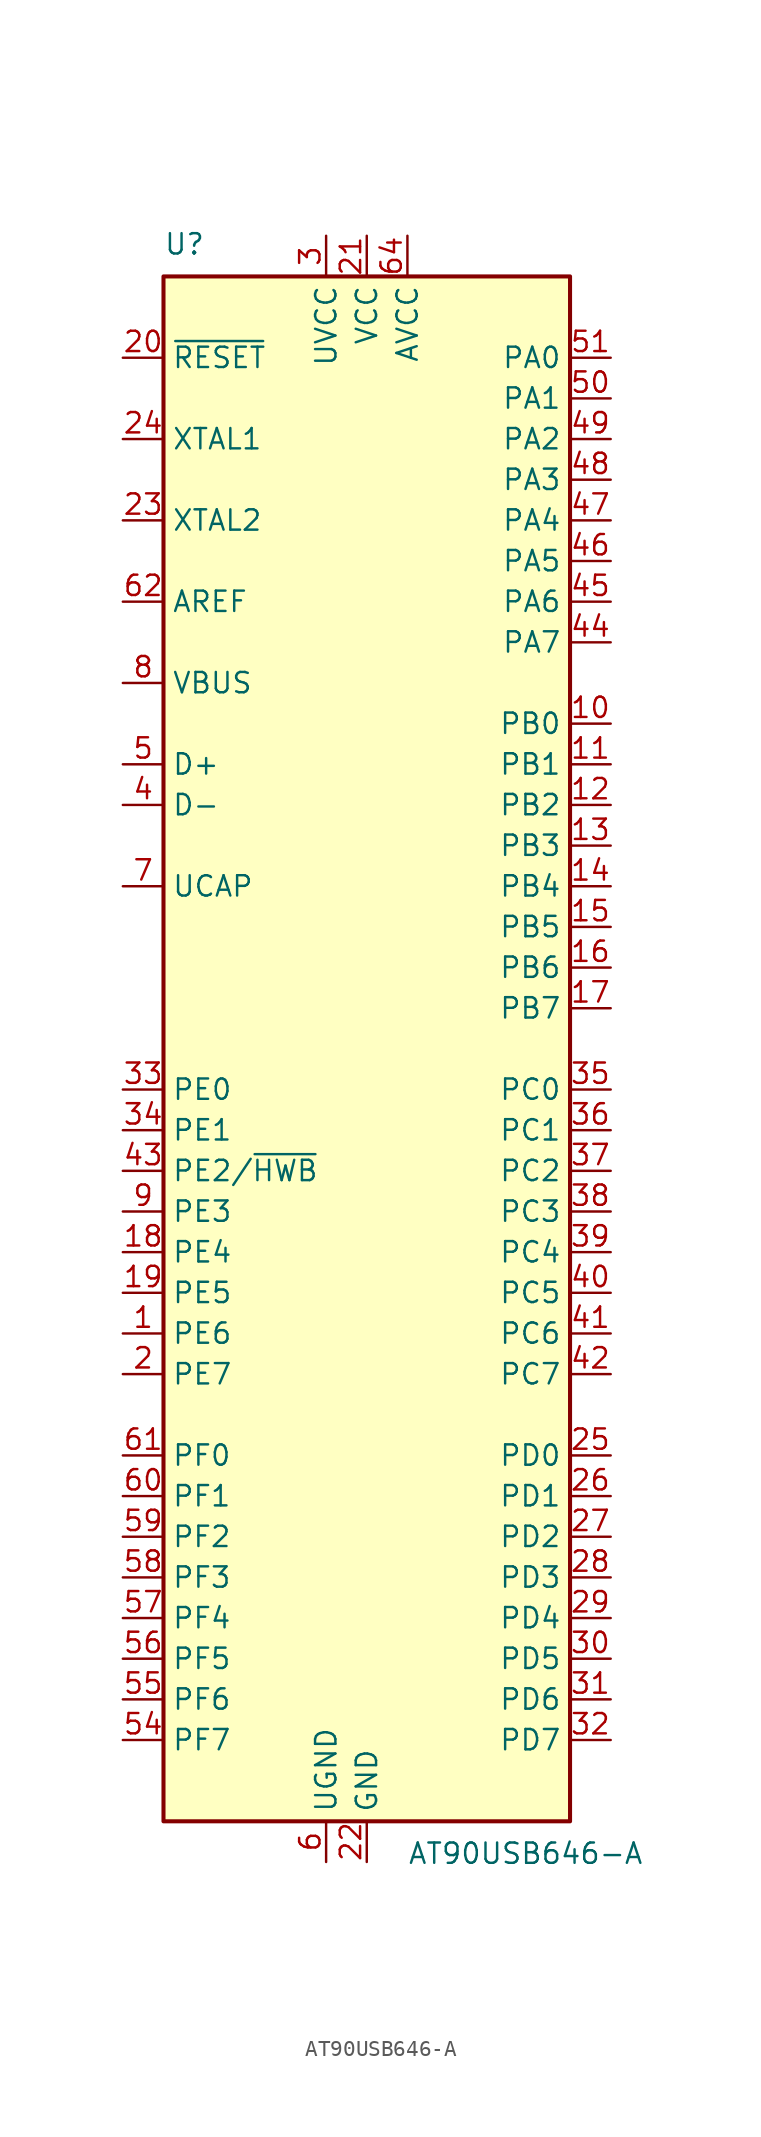
<source format=kicad_sym>
(kicad_symbol_lib
  (version 20201005)
  (generator kicad_symbol_editor)
  (symbol "AT90USB646-A"
    (property "Reference" "U"
      (at -12.7 49.53 0)
      (effects (font (size 1.27 1.27)) (justify left bottom)))
    (property "Value" "AT90USB646-A"
      (at 2.54 -49.53 0)
      (effects (font (size 1.27 1.27)) (justify left top)))
    (symbol "AT90USB646-A_0_1"
      (rectangle (start -12.7 -48.26) (end 12.7 48.26) (stroke (width 0.254)) (fill (type background))))
    (symbol "AT90USB646-A_1_1"
      (pin bidirectional line (at -15.24 -17.78 0) (length 2.54) (name "PE6" (effects (font (size 1.27 1.27)))) (number "1" (effects (font (size 1.27 1.27)))))
      (pin bidirectional line (at 15.24 20.32 180) (length 2.54) (name "PB0" (effects (font (size 1.27 1.27)))) (number "10" (effects (font (size 1.27 1.27)))))
      (pin bidirectional line (at 15.24 17.78 180) (length 2.54) (name "PB1" (effects (font (size 1.27 1.27)))) (number "11" (effects (font (size 1.27 1.27)))))
      (pin bidirectional line (at 15.24 15.24 180) (length 2.54) (name "PB2" (effects (font (size 1.27 1.27)))) (number "12" (effects (font (size 1.27 1.27)))))
      (pin bidirectional line (at 15.24 12.7 180) (length 2.54) (name "PB3" (effects (font (size 1.27 1.27)))) (number "13" (effects (font (size 1.27 1.27)))))
      (pin bidirectional line (at 15.24 10.16 180) (length 2.54) (name "PB4" (effects (font (size 1.27 1.27)))) (number "14" (effects (font (size 1.27 1.27)))))
      (pin bidirectional line (at 15.24 7.62 180) (length 2.54) (name "PB5" (effects (font (size 1.27 1.27)))) (number "15" (effects (font (size 1.27 1.27)))))
      (pin bidirectional line (at 15.24 5.08 180) (length 2.54) (name "PB6" (effects (font (size 1.27 1.27)))) (number "16" (effects (font (size 1.27 1.27)))))
      (pin bidirectional line (at 15.24 2.54 180) (length 2.54) (name "PB7" (effects (font (size 1.27 1.27)))) (number "17" (effects (font (size 1.27 1.27)))))
      (pin bidirectional line (at -15.24 -12.7 0) (length 2.54) (name "PE4" (effects (font (size 1.27 1.27)))) (number "18" (effects (font (size 1.27 1.27)))))
      (pin bidirectional line (at -15.24 -15.24 0) (length 2.54) (name "PE5" (effects (font (size 1.27 1.27)))) (number "19" (effects (font (size 1.27 1.27)))))
      (pin bidirectional line (at -15.24 -20.32 0) (length 2.54) (name "PE7" (effects (font (size 1.27 1.27)))) (number "2" (effects (font (size 1.27 1.27)))))
      (pin input line (at -15.24 43.18 0) (length 2.54) (name "~RESET" (effects (font (size 1.27 1.27)))) (number "20" (effects (font (size 1.27 1.27)))))
      (pin power_in line (at 0 50.8 270) (length 2.54) (name "VCC" (effects (font (size 1.27 1.27)))) (number "21" (effects (font (size 1.27 1.27)))))
      (pin power_in line (at 0 -50.8 90) (length 2.54) (name "GND" (effects (font (size 1.27 1.27)))) (number "22" (effects (font (size 1.27 1.27)))))
      (pin output line (at -15.24 33.02 0) (length 2.54) (name "XTAL2" (effects (font (size 1.27 1.27)))) (number "23" (effects (font (size 1.27 1.27)))))
      (pin input line (at -15.24 38.1 0) (length 2.54) (name "XTAL1" (effects (font (size 1.27 1.27)))) (number "24" (effects (font (size 1.27 1.27)))))
      (pin bidirectional line (at 15.24 -25.4 180) (length 2.54) (name "PD0" (effects (font (size 1.27 1.27)))) (number "25" (effects (font (size 1.27 1.27)))))
      (pin bidirectional line (at 15.24 -27.94 180) (length 2.54) (name "PD1" (effects (font (size 1.27 1.27)))) (number "26" (effects (font (size 1.27 1.27)))))
      (pin bidirectional line (at 15.24 -30.48 180) (length 2.54) (name "PD2" (effects (font (size 1.27 1.27)))) (number "27" (effects (font (size 1.27 1.27)))))
      (pin bidirectional line (at 15.24 -33.02 180) (length 2.54) (name "PD3" (effects (font (size 1.27 1.27)))) (number "28" (effects (font (size 1.27 1.27)))))
      (pin bidirectional line (at 15.24 -35.56 180) (length 2.54) (name "PD4" (effects (font (size 1.27 1.27)))) (number "29" (effects (font (size 1.27 1.27)))))
      (pin power_in line (at -2.54 50.8 270) (length 2.54) (name "UVCC" (effects (font (size 1.27 1.27)))) (number "3" (effects (font (size 1.27 1.27)))))
      (pin bidirectional line (at 15.24 -38.1 180) (length 2.54) (name "PD5" (effects (font (size 1.27 1.27)))) (number "30" (effects (font (size 1.27 1.27)))))
      (pin bidirectional line (at 15.24 -40.64 180) (length 2.54) (name "PD6" (effects (font (size 1.27 1.27)))) (number "31" (effects (font (size 1.27 1.27)))))
      (pin bidirectional line (at 15.24 -43.18 180) (length 2.54) (name "PD7" (effects (font (size 1.27 1.27)))) (number "32" (effects (font (size 1.27 1.27)))))
      (pin bidirectional line (at -15.24 -2.54 0) (length 2.54) (name "PE0" (effects (font (size 1.27 1.27)))) (number "33" (effects (font (size 1.27 1.27)))))
      (pin bidirectional line (at -15.24 -5.08 0) (length 2.54) (name "PE1" (effects (font (size 1.27 1.27)))) (number "34" (effects (font (size 1.27 1.27)))))
      (pin bidirectional line (at 15.24 -2.54 180) (length 2.54) (name "PC0" (effects (font (size 1.27 1.27)))) (number "35" (effects (font (size 1.27 1.27)))))
      (pin bidirectional line (at 15.24 -5.08 180) (length 2.54) (name "PC1" (effects (font (size 1.27 1.27)))) (number "36" (effects (font (size 1.27 1.27)))))
      (pin bidirectional line (at 15.24 -7.62 180) (length 2.54) (name "PC2" (effects (font (size 1.27 1.27)))) (number "37" (effects (font (size 1.27 1.27)))))
      (pin bidirectional line (at 15.24 -10.16 180) (length 2.54) (name "PC3" (effects (font (size 1.27 1.27)))) (number "38" (effects (font (size 1.27 1.27)))))
      (pin bidirectional line (at 15.24 -12.7 180) (length 2.54) (name "PC4" (effects (font (size 1.27 1.27)))) (number "39" (effects (font (size 1.27 1.27)))))
      (pin bidirectional line (at -15.24 15.24 0) (length 2.54) (name "D-" (effects (font (size 1.27 1.27)))) (number "4" (effects (font (size 1.27 1.27)))))
      (pin bidirectional line (at 15.24 -15.24 180) (length 2.54) (name "PC5" (effects (font (size 1.27 1.27)))) (number "40" (effects (font (size 1.27 1.27)))))
      (pin bidirectional line (at 15.24 -17.78 180) (length 2.54) (name "PC6" (effects (font (size 1.27 1.27)))) (number "41" (effects (font (size 1.27 1.27)))))
      (pin bidirectional line (at 15.24 -20.32 180) (length 2.54) (name "PC7" (effects (font (size 1.27 1.27)))) (number "42" (effects (font (size 1.27 1.27)))))
      (pin bidirectional line (at -15.24 -7.62 0) (length 2.54) (name "PE2/~HWB" (effects (font (size 1.27 1.27)))) (number "43" (effects (font (size 1.27 1.27)))))
      (pin bidirectional line (at 15.24 25.4 180) (length 2.54) (name "PA7" (effects (font (size 1.27 1.27)))) (number "44" (effects (font (size 1.27 1.27)))))
      (pin bidirectional line (at 15.24 27.94 180) (length 2.54) (name "PA6" (effects (font (size 1.27 1.27)))) (number "45" (effects (font (size 1.27 1.27)))))
      (pin bidirectional line (at 15.24 30.48 180) (length 2.54) (name "PA5" (effects (font (size 1.27 1.27)))) (number "46" (effects (font (size 1.27 1.27)))))
      (pin bidirectional line (at 15.24 33.02 180) (length 2.54) (name "PA4" (effects (font (size 1.27 1.27)))) (number "47" (effects (font (size 1.27 1.27)))))
      (pin bidirectional line (at 15.24 35.56 180) (length 2.54) (name "PA3" (effects (font (size 1.27 1.27)))) (number "48" (effects (font (size 1.27 1.27)))))
      (pin bidirectional line (at 15.24 38.1 180) (length 2.54) (name "PA2" (effects (font (size 1.27 1.27)))) (number "49" (effects (font (size 1.27 1.27)))))
      (pin bidirectional line (at -15.24 17.78 0) (length 2.54) (name "D+" (effects (font (size 1.27 1.27)))) (number "5" (effects (font (size 1.27 1.27)))))
      (pin bidirectional line (at 15.24 40.64 180) (length 2.54) (name "PA1" (effects (font (size 1.27 1.27)))) (number "50" (effects (font (size 1.27 1.27)))))
      (pin bidirectional line (at 15.24 43.18 180) (length 2.54) (name "PA0" (effects (font (size 1.27 1.27)))) (number "51" (effects (font (size 1.27 1.27)))))
      (pin passive line (at 0 50.8 270) (length 2.54) hide (name "VCC" (effects (font (size 1.27 1.27)))) (number "52" (effects (font (size 1.27 1.27)))))
      (pin passive line (at 0 -50.8 90) (length 2.54) hide (name "GND" (effects (font (size 1.27 1.27)))) (number "53" (effects (font (size 1.27 1.27)))))
      (pin bidirectional line (at -15.24 -43.18 0) (length 2.54) (name "PF7" (effects (font (size 1.27 1.27)))) (number "54" (effects (font (size 1.27 1.27)))))
      (pin bidirectional line (at -15.24 -40.64 0) (length 2.54) (name "PF6" (effects (font (size 1.27 1.27)))) (number "55" (effects (font (size 1.27 1.27)))))
      (pin bidirectional line (at -15.24 -38.1 0) (length 2.54) (name "PF5" (effects (font (size 1.27 1.27)))) (number "56" (effects (font (size 1.27 1.27)))))
      (pin bidirectional line (at -15.24 -35.56 0) (length 2.54) (name "PF4" (effects (font (size 1.27 1.27)))) (number "57" (effects (font (size 1.27 1.27)))))
      (pin bidirectional line (at -15.24 -33.02 0) (length 2.54) (name "PF3" (effects (font (size 1.27 1.27)))) (number "58" (effects (font (size 1.27 1.27)))))
      (pin bidirectional line (at -15.24 -30.48 0) (length 2.54) (name "PF2" (effects (font (size 1.27 1.27)))) (number "59" (effects (font (size 1.27 1.27)))))
      (pin power_in line (at -2.54 -50.8 90) (length 2.54) (name "UGND" (effects (font (size 1.27 1.27)))) (number "6" (effects (font (size 1.27 1.27)))))
      (pin bidirectional line (at -15.24 -27.94 0) (length 2.54) (name "PF1" (effects (font (size 1.27 1.27)))) (number "60" (effects (font (size 1.27 1.27)))))
      (pin bidirectional line (at -15.24 -25.4 0) (length 2.54) (name "PF0" (effects (font (size 1.27 1.27)))) (number "61" (effects (font (size 1.27 1.27)))))
      (pin passive line (at -15.24 27.94 0) (length 2.54) (name "AREF" (effects (font (size 1.27 1.27)))) (number "62" (effects (font (size 1.27 1.27)))))
      (pin passive line (at 0 -50.8 90) (length 2.54) hide (name "GND" (effects (font (size 1.27 1.27)))) (number "63" (effects (font (size 1.27 1.27)))))
      (pin power_in line (at 2.54 50.8 270) (length 2.54) (name "AVCC" (effects (font (size 1.27 1.27)))) (number "64" (effects (font (size 1.27 1.27)))))
      (pin passive line (at -15.24 10.16 0) (length 2.54) (name "UCAP" (effects (font (size 1.27 1.27)))) (number "7" (effects (font (size 1.27 1.27)))))
      (pin input line (at -15.24 22.86 0) (length 2.54) (name "VBUS" (effects (font (size 1.27 1.27)))) (number "8" (effects (font (size 1.27 1.27)))))
      (pin bidirectional line (at -15.24 -10.16 0) (length 2.54) (name "PE3" (effects (font (size 1.27 1.27)))) (number "9" (effects (font (size 1.27 1.27))))))))
</source>
